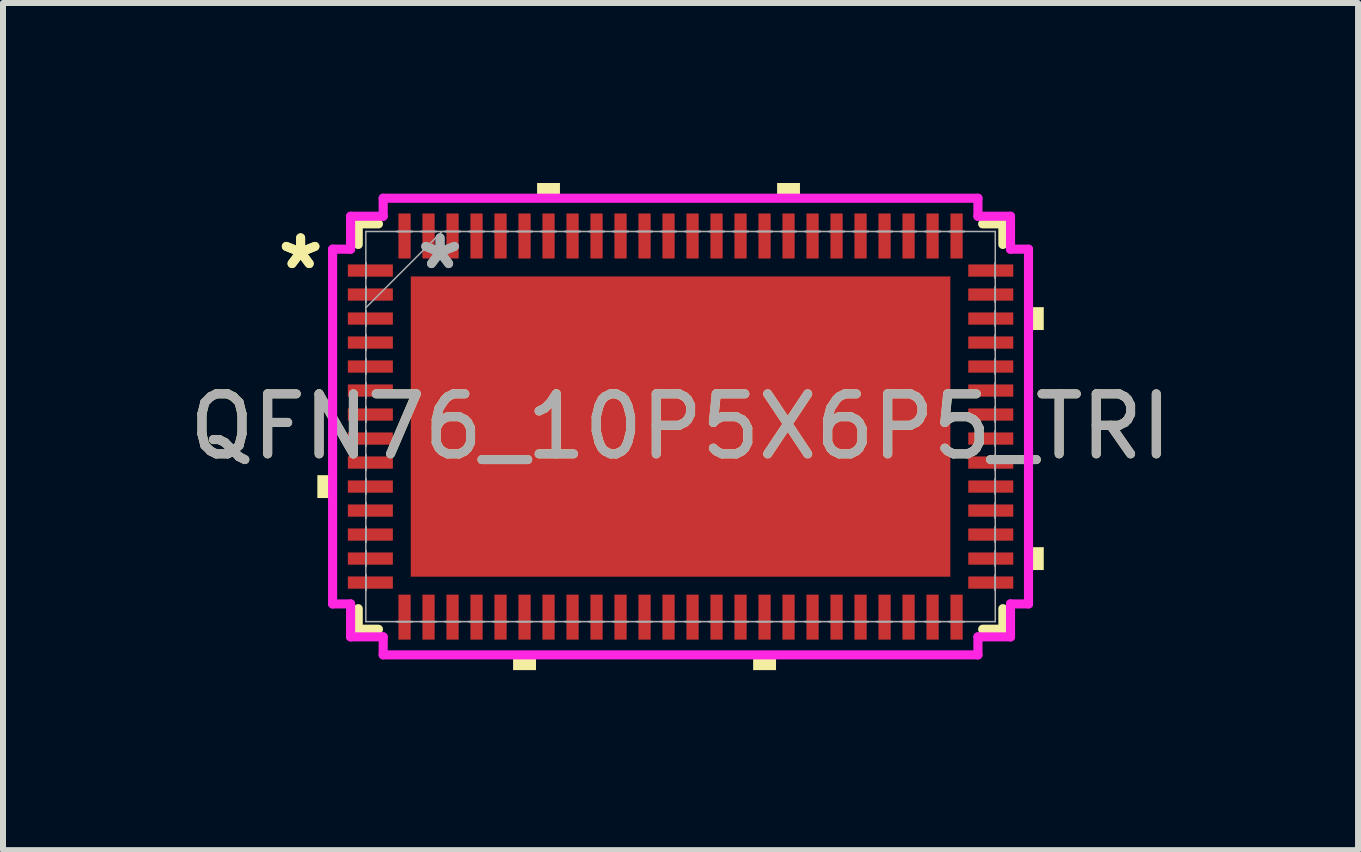
<source format=kicad_pcb>
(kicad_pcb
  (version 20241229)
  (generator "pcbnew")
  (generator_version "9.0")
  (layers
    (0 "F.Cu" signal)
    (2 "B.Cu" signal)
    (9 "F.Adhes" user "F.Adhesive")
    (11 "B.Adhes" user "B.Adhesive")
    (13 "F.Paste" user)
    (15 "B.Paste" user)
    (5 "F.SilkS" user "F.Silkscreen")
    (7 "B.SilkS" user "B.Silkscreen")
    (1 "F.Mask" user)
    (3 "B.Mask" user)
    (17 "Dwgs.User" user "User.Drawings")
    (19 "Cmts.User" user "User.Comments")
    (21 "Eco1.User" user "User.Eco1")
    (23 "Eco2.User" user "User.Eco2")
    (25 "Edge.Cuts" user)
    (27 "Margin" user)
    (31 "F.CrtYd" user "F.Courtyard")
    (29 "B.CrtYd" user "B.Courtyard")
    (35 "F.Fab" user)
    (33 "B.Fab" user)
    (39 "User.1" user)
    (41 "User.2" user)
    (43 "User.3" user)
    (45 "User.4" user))
  (footprint "QFN76_10P5X6P5_TRI"
    (layer "F.Cu")
    (at 8.292 4.059)
    (property "Reference" "QFN76_10P5X6P5_TRI" (at 0 0 0) (unlocked yes) (layer "F.SilkS") (effects (font (size 1 1) (thickness 0.15))))
    (attr smd)
    (fp_line (start -5.372 -3.378) (end -5.372 -3.035) (stroke (width 0.152) (type solid)) (layer "F.SilkS"))
    (fp_line (start -5.372 3.035) (end -5.372 3.378) (stroke (width 0.152) (type solid)) (layer "F.SilkS"))
    (fp_line (start -5.372 3.378) (end -5.035 3.378) (stroke (width 0.152) (type solid)) (layer "F.SilkS"))
    (fp_line (start -5.035 -3.378) (end -5.372 -3.378) (stroke (width 0.152) (type solid)) (layer "F.SilkS"))
    (fp_line (start 5.035 3.378) (end 5.372 3.378) (stroke (width 0.152) (type solid)) (layer "F.SilkS"))
    (fp_line (start 5.372 -3.378) (end 5.035 -3.378) (stroke (width 0.152) (type solid)) (layer "F.SilkS"))
    (fp_line (start 5.372 -3.035) (end 5.372 -3.378) (stroke (width 0.152) (type solid)) (layer "F.SilkS"))
    (fp_line (start 5.372 3.378) (end 5.372 3.035) (stroke (width 0.152) (type solid)) (layer "F.SilkS"))
    (fp_poly (pts (xy -6.053 0.81) (xy -6.053 1.191) (xy -5.799 1.191) (xy -5.799 0.81)) (stroke (width 0) (type solid)) (fill yes) (layer "F.SilkS"))
    (fp_poly (pts (xy -2.791 3.805) (xy -2.791 4.059) (xy -2.409 4.059) (xy -2.409 3.805)) (stroke (width 0) (type solid)) (fill yes) (layer "F.SilkS"))
    (fp_poly (pts (xy -2.391 -3.805) (xy -2.391 -4.059) (xy -2.01 -4.059) (xy -2.01 -3.805)) (stroke (width 0) (type solid)) (fill yes) (layer "F.SilkS"))
    (fp_poly (pts (xy 1.21 3.805) (xy 1.21 4.059) (xy 1.591 4.059) (xy 1.591 3.805)) (stroke (width 0) (type solid)) (fill yes) (layer "F.SilkS"))
    (fp_poly (pts (xy 1.609 -3.805) (xy 1.609 -4.059) (xy 1.99 -4.059) (xy 1.99 -3.805)) (stroke (width 0) (type solid)) (fill yes) (layer "F.SilkS"))
    (fp_poly (pts (xy 6.053 -1.99) (xy 6.053 -1.609) (xy 5.799 -1.609) (xy 5.799 -1.99)) (stroke (width 0) (type solid)) (fill yes) (layer "F.SilkS"))
    (fp_poly (pts (xy 6.053 2.01) (xy 6.053 2.391) (xy 5.799 2.391) (xy 5.799 2.01)) (stroke (width 0) (type solid)) (fill yes) (layer "F.SilkS"))
    (fp_line (start -5.799 -2.956) (end -5.499 -2.956) (stroke (width 0.152) (type solid)) (layer "F.CrtYd"))
    (fp_line (start -5.799 2.956) (end -5.799 -2.956) (stroke (width 0.152) (type solid)) (layer "F.CrtYd"))
    (fp_line (start -5.499 -3.505) (end -4.956 -3.505) (stroke (width 0.152) (type solid)) (layer "F.CrtYd"))
    (fp_line (start -5.499 -2.956) (end -5.499 -3.505) (stroke (width 0.152) (type solid)) (layer "F.CrtYd"))
    (fp_line (start -5.499 2.956) (end -5.799 2.956) (stroke (width 0.152) (type solid)) (layer "F.CrtYd"))
    (fp_line (start -5.499 3.505) (end -5.499 2.956) (stroke (width 0.152) (type solid)) (layer "F.CrtYd"))
    (fp_line (start -4.956 -3.805) (end 4.956 -3.805) (stroke (width 0.152) (type solid)) (layer "F.CrtYd"))
    (fp_line (start -4.956 -3.505) (end -4.956 -3.805) (stroke (width 0.152) (type solid)) (layer "F.CrtYd"))
    (fp_line (start -4.956 3.505) (end -5.499 3.505) (stroke (width 0.152) (type solid)) (layer "F.CrtYd"))
    (fp_line (start -4.956 3.805) (end -4.956 3.505) (stroke (width 0.152) (type solid)) (layer "F.CrtYd"))
    (fp_line (start 4.956 -3.805) (end 4.956 -3.505) (stroke (width 0.152) (type solid)) (layer "F.CrtYd"))
    (fp_line (start 4.956 -3.505) (end 5.499 -3.505) (stroke (width 0.152) (type solid)) (layer "F.CrtYd"))
    (fp_line (start 4.956 3.505) (end 4.956 3.805) (stroke (width 0.152) (type solid)) (layer "F.CrtYd"))
    (fp_line (start 4.956 3.805) (end -4.956 3.805) (stroke (width 0.152) (type solid)) (layer "F.CrtYd"))
    (fp_line (start 5.499 -3.505) (end 5.499 -2.956) (stroke (width 0.152) (type solid)) (layer "F.CrtYd"))
    (fp_line (start 5.499 -2.956) (end 5.799 -2.956) (stroke (width 0.152) (type solid)) (layer "F.CrtYd"))
    (fp_line (start 5.499 2.956) (end 5.499 3.505) (stroke (width 0.152) (type solid)) (layer "F.CrtYd"))
    (fp_line (start 5.499 3.505) (end 4.956 3.505) (stroke (width 0.152) (type solid)) (layer "F.CrtYd"))
    (fp_line (start 5.799 -2.956) (end 5.799 2.956) (stroke (width 0.152) (type solid)) (layer "F.CrtYd"))
    (fp_line (start 5.799 2.956) (end 5.499 2.956) (stroke (width 0.152) (type solid)) (layer "F.CrtYd"))
    (fp_line (start -5.245 -3.251) (end -5.245 3.251) (stroke (width 0.025) (type solid)) (layer "F.Fab"))
    (fp_line (start -5.245 -2.727) (end -5.245 -2.727) (stroke (width 0.025) (type solid)) (layer "F.Fab"))
    (fp_line (start -5.245 -2.727) (end -5.245 -2.473) (stroke (width 0.025) (type solid)) (layer "F.Fab"))
    (fp_line (start -5.245 -2.473) (end -5.245 -2.727) (stroke (width 0.025) (type solid)) (layer "F.Fab"))
    (fp_line (start -5.245 -2.473) (end -5.245 -2.473) (stroke (width 0.025) (type solid)) (layer "F.Fab"))
    (fp_line (start -5.245 -2.327) (end -5.245 -2.327) (stroke (width 0.025) (type solid)) (layer "F.Fab"))
    (fp_line (start -5.245 -2.327) (end -5.245 -2.073) (stroke (width 0.025) (type solid)) (layer "F.Fab"))
    (fp_line (start -5.245 -2.073) (end -5.245 -2.327) (stroke (width 0.025) (type solid)) (layer "F.Fab"))
    (fp_line (start -5.245 -2.073) (end -5.245 -2.073) (stroke (width 0.025) (type solid)) (layer "F.Fab"))
    (fp_line (start -5.245 -1.981) (end -3.975 -3.251) (stroke (width 0.025) (type solid)) (layer "F.Fab"))
    (fp_line (start -5.245 -1.927) (end -5.245 -1.927) (stroke (width 0.025) (type solid)) (layer "F.Fab"))
    (fp_line (start -5.245 -1.927) (end -5.245 -1.673) (stroke (width 0.025) (type solid)) (layer "F.Fab"))
    (fp_line (start -5.245 -1.673) (end -5.245 -1.927) (stroke (width 0.025) (type solid)) (layer "F.Fab"))
    (fp_line (start -5.245 -1.673) (end -5.245 -1.673) (stroke (width 0.025) (type solid)) (layer "F.Fab"))
    (fp_line (start -5.245 -1.527) (end -5.245 -1.527) (stroke (width 0.025) (type solid)) (layer "F.Fab"))
    (fp_line (start -5.245 -1.527) (end -5.245 -1.273) (stroke (width 0.025) (type solid)) (layer "F.Fab"))
    (fp_line (start -5.245 -1.273) (end -5.245 -1.527) (stroke (width 0.025) (type solid)) (layer "F.Fab"))
    (fp_line (start -5.245 -1.273) (end -5.245 -1.273) (stroke (width 0.025) (type solid)) (layer "F.Fab"))
    (fp_line (start -5.245 -1.127) (end -5.245 -1.127) (stroke (width 0.025) (type solid)) (layer "F.Fab"))
    (fp_line (start -5.245 -1.127) (end -5.245 -0.873) (stroke (width 0.025) (type solid)) (layer "F.Fab"))
    (fp_line (start -5.245 -0.873) (end -5.245 -1.127) (stroke (width 0.025) (type solid)) (layer "F.Fab"))
    (fp_line (start -5.245 -0.873) (end -5.245 -0.873) (stroke (width 0.025) (type solid)) (layer "F.Fab"))
    (fp_line (start -5.245 -0.727) (end -5.245 -0.727) (stroke (width 0.025) (type solid)) (layer "F.Fab"))
    (fp_line (start -5.245 -0.727) (end -5.245 -0.473) (stroke (width 0.025) (type solid)) (layer "F.Fab"))
    (fp_line (start -5.245 -0.473) (end -5.245 -0.727) (stroke (width 0.025) (type solid)) (layer "F.Fab"))
    (fp_line (start -5.245 -0.473) (end -5.245 -0.473) (stroke (width 0.025) (type solid)) (layer "F.Fab"))
    (fp_line (start -5.245 -0.327) (end -5.245 -0.327) (stroke (width 0.025) (type solid)) (layer "F.Fab"))
    (fp_line (start -5.245 -0.327) (end -5.245 -0.073) (stroke (width 0.025) (type solid)) (layer "F.Fab"))
    (fp_line (start -5.245 -0.073) (end -5.245 -0.327) (stroke (width 0.025) (type solid)) (layer "F.Fab"))
    (fp_line (start -5.245 -0.073) (end -5.245 -0.073) (stroke (width 0.025) (type solid)) (layer "F.Fab"))
    (fp_line (start -5.245 0.073) (end -5.245 0.073) (stroke (width 0.025) (type solid)) (layer "F.Fab"))
    (fp_line (start -5.245 0.073) (end -5.245 0.327) (stroke (width 0.025) (type solid)) (layer "F.Fab"))
    (fp_line (start -5.245 0.327) (end -5.245 0.073) (stroke (width 0.025) (type solid)) (layer "F.Fab"))
    (fp_line (start -5.245 0.327) (end -5.245 0.327) (stroke (width 0.025) (type solid)) (layer "F.Fab"))
    (fp_line (start -5.245 0.473) (end -5.245 0.473) (stroke (width 0.025) (type solid)) (layer "F.Fab"))
    (fp_line (start -5.245 0.473) (end -5.245 0.727) (stroke (width 0.025) (type solid)) (layer "F.Fab"))
    (fp_line (start -5.245 0.727) (end -5.245 0.473) (stroke (width 0.025) (type solid)) (layer "F.Fab"))
    (fp_line (start -5.245 0.727) (end -5.245 0.727) (stroke (width 0.025) (type solid)) (layer "F.Fab"))
    (fp_line (start -5.245 0.873) (end -5.245 0.873) (stroke (width 0.025) (type solid)) (layer "F.Fab"))
    (fp_line (start -5.245 0.873) (end -5.245 1.127) (stroke (width 0.025) (type solid)) (layer "F.Fab"))
    (fp_line (start -5.245 1.127) (end -5.245 0.873) (stroke (width 0.025) (type solid)) (layer "F.Fab"))
    (fp_line (start -5.245 1.127) (end -5.245 1.127) (stroke (width 0.025) (type solid)) (layer "F.Fab"))
    (fp_line (start -5.245 1.273) (end -5.245 1.273) (stroke (width 0.025) (type solid)) (layer "F.Fab"))
    (fp_line (start -5.245 1.273) (end -5.245 1.527) (stroke (width 0.025) (type solid)) (layer "F.Fab"))
    (fp_line (start -5.245 1.527) (end -5.245 1.273) (stroke (width 0.025) (type solid)) (layer "F.Fab"))
    (fp_line (start -5.245 1.527) (end -5.245 1.527) (stroke (width 0.025) (type solid)) (layer "F.Fab"))
    (fp_line (start -5.245 1.673) (end -5.245 1.673) (stroke (width 0.025) (type solid)) (layer "F.Fab"))
    (fp_line (start -5.245 1.673) (end -5.245 1.927) (stroke (width 0.025) (type solid)) (layer "F.Fab"))
    (fp_line (start -5.245 1.927) (end -5.245 1.673) (stroke (width 0.025) (type solid)) (layer "F.Fab"))
    (fp_line (start -5.245 1.927) (end -5.245 1.927) (stroke (width 0.025) (type solid)) (layer "F.Fab"))
    (fp_line (start -5.245 2.073) (end -5.245 2.073) (stroke (width 0.025) (type solid)) (layer "F.Fab"))
    (fp_line (start -5.245 2.073) (end -5.245 2.327) (stroke (width 0.025) (type solid)) (layer "F.Fab"))
    (fp_line (start -5.245 2.327) (end -5.245 2.073) (stroke (width 0.025) (type solid)) (layer "F.Fab"))
    (fp_line (start -5.245 2.327) (end -5.245 2.327) (stroke (width 0.025) (type solid)) (layer "F.Fab"))
    (fp_line (start -5.245 2.473) (end -5.245 2.473) (stroke (width 0.025) (type solid)) (layer "F.Fab"))
    (fp_line (start -5.245 2.473) (end -5.245 2.727) (stroke (width 0.025) (type solid)) (layer "F.Fab"))
    (fp_line (start -5.245 2.727) (end -5.245 2.473) (stroke (width 0.025) (type solid)) (layer "F.Fab"))
    (fp_line (start -5.245 2.727) (end -5.245 2.727) (stroke (width 0.025) (type solid)) (layer "F.Fab"))
    (fp_line (start -5.245 3.251) (end 5.245 3.251) (stroke (width 0.025) (type solid)) (layer "F.Fab"))
    (fp_line (start -4.727 -3.251) (end -4.727 -3.251) (stroke (width 0.025) (type solid)) (layer "F.Fab"))
    (fp_line (start -4.727 -3.251) (end -4.473 -3.251) (stroke (width 0.025) (type solid)) (layer "F.Fab"))
    (fp_line (start -4.727 3.251) (end -4.727 3.251) (stroke (width 0.025) (type solid)) (layer "F.Fab"))
    (fp_line (start -4.727 3.251) (end -4.473 3.251) (stroke (width 0.025) (type solid)) (layer "F.Fab"))
    (fp_line (start -4.473 -3.251) (end -4.727 -3.251) (stroke (width 0.025) (type solid)) (layer "F.Fab"))
    (fp_line (start -4.473 -3.251) (end -4.473 -3.251) (stroke (width 0.025) (type solid)) (layer "F.Fab"))
    (fp_line (start -4.473 3.251) (end -4.727 3.251) (stroke (width 0.025) (type solid)) (layer "F.Fab"))
    (fp_line (start -4.473 3.251) (end -4.473 3.251) (stroke (width 0.025) (type solid)) (layer "F.Fab"))
    (fp_line (start -4.327 -3.251) (end -4.327 -3.251) (stroke (width 0.025) (type solid)) (layer "F.Fab"))
    (fp_line (start -4.327 -3.251) (end -4.073 -3.251) (stroke (width 0.025) (type solid)) (layer "F.Fab"))
    (fp_line (start -4.327 3.251) (end -4.327 3.251) (stroke (width 0.025) (type solid)) (layer "F.Fab"))
    (fp_line (start -4.327 3.251) (end -4.073 3.251) (stroke (width 0.025) (type solid)) (layer "F.Fab"))
    (fp_line (start -4.073 -3.251) (end -4.327 -3.251) (stroke (width 0.025) (type solid)) (layer "F.Fab"))
    (fp_line (start -4.073 -3.251) (end -4.073 -3.251) (stroke (width 0.025) (type solid)) (layer "F.Fab"))
    (fp_line (start -4.073 3.251) (end -4.327 3.251) (stroke (width 0.025) (type solid)) (layer "F.Fab"))
    (fp_line (start -4.073 3.251) (end -4.073 3.251) (stroke (width 0.025) (type solid)) (layer "F.Fab"))
    (fp_line (start -3.927 -3.251) (end -3.927 -3.251) (stroke (width 0.025) (type solid)) (layer "F.Fab"))
    (fp_line (start -3.927 -3.251) (end -3.673 -3.251) (stroke (width 0.025) (type solid)) (layer "F.Fab"))
    (fp_line (start -3.927 3.251) (end -3.927 3.251) (stroke (width 0.025) (type solid)) (layer "F.Fab"))
    (fp_line (start -3.927 3.251) (end -3.673 3.251) (stroke (width 0.025) (type solid)) (layer "F.Fab"))
    (fp_line (start -3.673 -3.251) (end -3.927 -3.251) (stroke (width 0.025) (type solid)) (layer "F.Fab"))
    (fp_line (start -3.673 -3.251) (end -3.673 -3.251) (stroke (width 0.025) (type solid)) (layer "F.Fab"))
    (fp_line (start -3.673 3.251) (end -3.927 3.251) (stroke (width 0.025) (type solid)) (layer "F.Fab"))
    (fp_line (start -3.673 3.251) (end -3.673 3.251) (stroke (width 0.025) (type solid)) (layer "F.Fab"))
    (fp_line (start -3.527 -3.251) (end -3.527 -3.251) (stroke (width 0.025) (type solid)) (layer "F.Fab"))
    (fp_line (start -3.527 -3.251) (end -3.273 -3.251) (stroke (width 0.025) (type solid)) (layer "F.Fab"))
    (fp_line (start -3.527 3.251) (end -3.527 3.251) (stroke (width 0.025) (type solid)) (layer "F.Fab"))
    (fp_line (start -3.527 3.251) (end -3.273 3.251) (stroke (width 0.025) (type solid)) (layer "F.Fab"))
    (fp_line (start -3.273 -3.251) (end -3.527 -3.251) (stroke (width 0.025) (type solid)) (layer "F.Fab"))
    (fp_line (start -3.273 -3.251) (end -3.273 -3.251) (stroke (width 0.025) (type solid)) (layer "F.Fab"))
    (fp_line (start -3.273 3.251) (end -3.527 3.251) (stroke (width 0.025) (type solid)) (layer "F.Fab"))
    (fp_line (start -3.273 3.251) (end -3.273 3.251) (stroke (width 0.025) (type solid)) (layer "F.Fab"))
    (fp_line (start -3.127 -3.251) (end -3.127 -3.251) (stroke (width 0.025) (type solid)) (layer "F.Fab"))
    (fp_line (start -3.127 -3.251) (end -2.873 -3.251) (stroke (width 0.025) (type solid)) (layer "F.Fab"))
    (fp_line (start -3.127 3.251) (end -3.127 3.251) (stroke (width 0.025) (type solid)) (layer "F.Fab"))
    (fp_line (start -3.127 3.251) (end -2.873 3.251) (stroke (width 0.025) (type solid)) (layer "F.Fab"))
    (fp_line (start -2.873 -3.251) (end -3.127 -3.251) (stroke (width 0.025) (type solid)) (layer "F.Fab"))
    (fp_line (start -2.873 -3.251) (end -2.873 -3.251) (stroke (width 0.025) (type solid)) (layer "F.Fab"))
    (fp_line (start -2.873 3.251) (end -3.127 3.251) (stroke (width 0.025) (type solid)) (layer "F.Fab"))
    (fp_line (start -2.873 3.251) (end -2.873 3.251) (stroke (width 0.025) (type solid)) (layer "F.Fab"))
    (fp_line (start -2.727 -3.251) (end -2.727 -3.251) (stroke (width 0.025) (type solid)) (layer "F.Fab"))
    (fp_line (start -2.727 -3.251) (end -2.473 -3.251) (stroke (width 0.025) (type solid)) (layer "F.Fab"))
    (fp_line (start -2.727 3.251) (end -2.727 3.251) (stroke (width 0.025) (type solid)) (layer "F.Fab"))
    (fp_line (start -2.727 3.251) (end -2.473 3.251) (stroke (width 0.025) (type solid)) (layer "F.Fab"))
    (fp_line (start -2.473 -3.251) (end -2.727 -3.251) (stroke (width 0.025) (type solid)) (layer "F.Fab"))
    (fp_line (start -2.473 -3.251) (end -2.473 -3.251) (stroke (width 0.025) (type solid)) (layer "F.Fab"))
    (fp_line (start -2.473 3.251) (end -2.727 3.251) (stroke (width 0.025) (type solid)) (layer "F.Fab"))
    (fp_line (start -2.473 3.251) (end -2.473 3.251) (stroke (width 0.025) (type solid)) (layer "F.Fab"))
    (fp_line (start -2.327 -3.251) (end -2.327 -3.251) (stroke (width 0.025) (type solid)) (layer "F.Fab"))
    (fp_line (start -2.327 -3.251) (end -2.073 -3.251) (stroke (width 0.025) (type solid)) (layer "F.Fab"))
    (fp_line (start -2.327 3.251) (end -2.327 3.251) (stroke (width 0.025) (type solid)) (layer "F.Fab"))
    (fp_line (start -2.327 3.251) (end -2.073 3.251) (stroke (width 0.025) (type solid)) (layer "F.Fab"))
    (fp_line (start -2.073 -3.251) (end -2.327 -3.251) (stroke (width 0.025) (type solid)) (layer "F.Fab"))
    (fp_line (start -2.073 -3.251) (end -2.073 -3.251) (stroke (width 0.025) (type solid)) (layer "F.Fab"))
    (fp_line (start -2.073 3.251) (end -2.327 3.251) (stroke (width 0.025) (type solid)) (layer "F.Fab"))
    (fp_line (start -2.073 3.251) (end -2.073 3.251) (stroke (width 0.025) (type solid)) (layer "F.Fab"))
    (fp_line (start -1.927 -3.251) (end -1.927 -3.251) (stroke (width 0.025) (type solid)) (layer "F.Fab"))
    (fp_line (start -1.927 -3.251) (end -1.673 -3.251) (stroke (width 0.025) (type solid)) (layer "F.Fab"))
    (fp_line (start -1.927 3.251) (end -1.927 3.251) (stroke (width 0.025) (type solid)) (layer "F.Fab"))
    (fp_line (start -1.927 3.251) (end -1.673 3.251) (stroke (width 0.025) (type solid)) (layer "F.Fab"))
    (fp_line (start -1.673 -3.251) (end -1.927 -3.251) (stroke (width 0.025) (type solid)) (layer "F.Fab"))
    (fp_line (start -1.673 -3.251) (end -1.673 -3.251) (stroke (width 0.025) (type solid)) (layer "F.Fab"))
    (fp_line (start -1.673 3.251) (end -1.927 3.251) (stroke (width 0.025) (type solid)) (layer "F.Fab"))
    (fp_line (start -1.673 3.251) (end -1.673 3.251) (stroke (width 0.025) (type solid)) (layer "F.Fab"))
    (fp_line (start -1.527 -3.251) (end -1.527 -3.251) (stroke (width 0.025) (type solid)) (layer "F.Fab"))
    (fp_line (start -1.527 -3.251) (end -1.273 -3.251) (stroke (width 0.025) (type solid)) (layer "F.Fab"))
    (fp_line (start -1.527 3.251) (end -1.527 3.251) (stroke (width 0.025) (type solid)) (layer "F.Fab"))
    (fp_line (start -1.527 3.251) (end -1.273 3.251) (stroke (width 0.025) (type solid)) (layer "F.Fab"))
    (fp_line (start -1.273 -3.251) (end -1.527 -3.251) (stroke (width 0.025) (type solid)) (layer "F.Fab"))
    (fp_line (start -1.273 -3.251) (end -1.273 -3.251) (stroke (width 0.025) (type solid)) (layer "F.Fab"))
    (fp_line (start -1.273 3.251) (end -1.527 3.251) (stroke (width 0.025) (type solid)) (layer "F.Fab"))
    (fp_line (start -1.273 3.251) (end -1.273 3.251) (stroke (width 0.025) (type solid)) (layer "F.Fab"))
    (fp_line (start -1.127 -3.251) (end -1.127 -3.251) (stroke (width 0.025) (type solid)) (layer "F.Fab"))
    (fp_line (start -1.127 -3.251) (end -0.873 -3.251) (stroke (width 0.025) (type solid)) (layer "F.Fab"))
    (fp_line (start -1.127 3.251) (end -1.127 3.251) (stroke (width 0.025) (type solid)) (layer "F.Fab"))
    (fp_line (start -1.127 3.251) (end -0.873 3.251) (stroke (width 0.025) (type solid)) (layer "F.Fab"))
    (fp_line (start -0.873 -3.251) (end -1.127 -3.251) (stroke (width 0.025) (type solid)) (layer "F.Fab"))
    (fp_line (start -0.873 -3.251) (end -0.873 -3.251) (stroke (width 0.025) (type solid)) (layer "F.Fab"))
    (fp_line (start -0.873 3.251) (end -1.127 3.251) (stroke (width 0.025) (type solid)) (layer "F.Fab"))
    (fp_line (start -0.873 3.251) (end -0.873 3.251) (stroke (width 0.025) (type solid)) (layer "F.Fab"))
    (fp_line (start -0.727 -3.251) (end -0.727 -3.251) (stroke (width 0.025) (type solid)) (layer "F.Fab"))
    (fp_line (start -0.727 -3.251) (end -0.473 -3.251) (stroke (width 0.025) (type solid)) (layer "F.Fab"))
    (fp_line (start -0.727 3.251) (end -0.727 3.251) (stroke (width 0.025) (type solid)) (layer "F.Fab"))
    (fp_line (start -0.727 3.251) (end -0.473 3.251) (stroke (width 0.025) (type solid)) (layer "F.Fab"))
    (fp_line (start -0.473 -3.251) (end -0.727 -3.251) (stroke (width 0.025) (type solid)) (layer "F.Fab"))
    (fp_line (start -0.473 -3.251) (end -0.473 -3.251) (stroke (width 0.025) (type solid)) (layer "F.Fab"))
    (fp_line (start -0.473 3.251) (end -0.727 3.251) (stroke (width 0.025) (type solid)) (layer "F.Fab"))
    (fp_line (start -0.473 3.251) (end -0.473 3.251) (stroke (width 0.025) (type solid)) (layer "F.Fab"))
    (fp_line (start -0.327 -3.251) (end -0.327 -3.251) (stroke (width 0.025) (type solid)) (layer "F.Fab"))
    (fp_line (start -0.327 -3.251) (end -0.073 -3.251) (stroke (width 0.025) (type solid)) (layer "F.Fab"))
    (fp_line (start -0.327 3.251) (end -0.327 3.251) (stroke (width 0.025) (type solid)) (layer "F.Fab"))
    (fp_line (start -0.327 3.251) (end -0.073 3.251) (stroke (width 0.025) (type solid)) (layer "F.Fab"))
    (fp_line (start -0.073 -3.251) (end -0.327 -3.251) (stroke (width 0.025) (type solid)) (layer "F.Fab"))
    (fp_line (start -0.073 -3.251) (end -0.073 -3.251) (stroke (width 0.025) (type solid)) (layer "F.Fab"))
    (fp_line (start -0.073 3.251) (end -0.327 3.251) (stroke (width 0.025) (type solid)) (layer "F.Fab"))
    (fp_line (start -0.073 3.251) (end -0.073 3.251) (stroke (width 0.025) (type solid)) (layer "F.Fab"))
    (fp_line (start 0.073 -3.251) (end 0.073 -3.251) (stroke (width 0.025) (type solid)) (layer "F.Fab"))
    (fp_line (start 0.073 -3.251) (end 0.327 -3.251) (stroke (width 0.025) (type solid)) (layer "F.Fab"))
    (fp_line (start 0.073 3.251) (end 0.073 3.251) (stroke (width 0.025) (type solid)) (layer "F.Fab"))
    (fp_line (start 0.073 3.251) (end 0.327 3.251) (stroke (width 0.025) (type solid)) (layer "F.Fab"))
    (fp_line (start 0.327 -3.251) (end 0.073 -3.251) (stroke (width 0.025) (type solid)) (layer "F.Fab"))
    (fp_line (start 0.327 -3.251) (end 0.327 -3.251) (stroke (width 0.025) (type solid)) (layer "F.Fab"))
    (fp_line (start 0.327 3.251) (end 0.073 3.251) (stroke (width 0.025) (type solid)) (layer "F.Fab"))
    (fp_line (start 0.327 3.251) (end 0.327 3.251) (stroke (width 0.025) (type solid)) (layer "F.Fab"))
    (fp_line (start 0.473 -3.251) (end 0.473 -3.251) (stroke (width 0.025) (type solid)) (layer "F.Fab"))
    (fp_line (start 0.473 -3.251) (end 0.727 -3.251) (stroke (width 0.025) (type solid)) (layer "F.Fab"))
    (fp_line (start 0.473 3.251) (end 0.473 3.251) (stroke (width 0.025) (type solid)) (layer "F.Fab"))
    (fp_line (start 0.473 3.251) (end 0.727 3.251) (stroke (width 0.025) (type solid)) (layer "F.Fab"))
    (fp_line (start 0.727 -3.251) (end 0.473 -3.251) (stroke (width 0.025) (type solid)) (layer "F.Fab"))
    (fp_line (start 0.727 -3.251) (end 0.727 -3.251) (stroke (width 0.025) (type solid)) (layer "F.Fab"))
    (fp_line (start 0.727 3.251) (end 0.473 3.251) (stroke (width 0.025) (type solid)) (layer "F.Fab"))
    (fp_line (start 0.727 3.251) (end 0.727 3.251) (stroke (width 0.025) (type solid)) (layer "F.Fab"))
    (fp_line (start 0.873 -3.251) (end 0.873 -3.251) (stroke (width 0.025) (type solid)) (layer "F.Fab"))
    (fp_line (start 0.873 -3.251) (end 1.127 -3.251) (stroke (width 0.025) (type solid)) (layer "F.Fab"))
    (fp_line (start 0.873 3.251) (end 0.873 3.251) (stroke (width 0.025) (type solid)) (layer "F.Fab"))
    (fp_line (start 0.873 3.251) (end 1.127 3.251) (stroke (width 0.025) (type solid)) (layer "F.Fab"))
    (fp_line (start 1.127 -3.251) (end 0.873 -3.251) (stroke (width 0.025) (type solid)) (layer "F.Fab"))
    (fp_line (start 1.127 -3.251) (end 1.127 -3.251) (stroke (width 0.025) (type solid)) (layer "F.Fab"))
    (fp_line (start 1.127 3.251) (end 0.873 3.251) (stroke (width 0.025) (type solid)) (layer "F.Fab"))
    (fp_line (start 1.127 3.251) (end 1.127 3.251) (stroke (width 0.025) (type solid)) (layer "F.Fab"))
    (fp_line (start 1.273 -3.251) (end 1.273 -3.251) (stroke (width 0.025) (type solid)) (layer "F.Fab"))
    (fp_line (start 1.273 -3.251) (end 1.527 -3.251) (stroke (width 0.025) (type solid)) (layer "F.Fab"))
    (fp_line (start 1.273 3.251) (end 1.273 3.251) (stroke (width 0.025) (type solid)) (layer "F.Fab"))
    (fp_line (start 1.273 3.251) (end 1.527 3.251) (stroke (width 0.025) (type solid)) (layer "F.Fab"))
    (fp_line (start 1.527 -3.251) (end 1.273 -3.251) (stroke (width 0.025) (type solid)) (layer "F.Fab"))
    (fp_line (start 1.527 -3.251) (end 1.527 -3.251) (stroke (width 0.025) (type solid)) (layer "F.Fab"))
    (fp_line (start 1.527 3.251) (end 1.273 3.251) (stroke (width 0.025) (type solid)) (layer "F.Fab"))
    (fp_line (start 1.527 3.251) (end 1.527 3.251) (stroke (width 0.025) (type solid)) (layer "F.Fab"))
    (fp_line (start 1.673 -3.251) (end 1.673 -3.251) (stroke (width 0.025) (type solid)) (layer "F.Fab"))
    (fp_line (start 1.673 -3.251) (end 1.927 -3.251) (stroke (width 0.025) (type solid)) (layer "F.Fab"))
    (fp_line (start 1.673 3.251) (end 1.673 3.251) (stroke (width 0.025) (type solid)) (layer "F.Fab"))
    (fp_line (start 1.673 3.251) (end 1.927 3.251) (stroke (width 0.025) (type solid)) (layer "F.Fab"))
    (fp_line (start 1.927 -3.251) (end 1.673 -3.251) (stroke (width 0.025) (type solid)) (layer "F.Fab"))
    (fp_line (start 1.927 -3.251) (end 1.927 -3.251) (stroke (width 0.025) (type solid)) (layer "F.Fab"))
    (fp_line (start 1.927 3.251) (end 1.673 3.251) (stroke (width 0.025) (type solid)) (layer "F.Fab"))
    (fp_line (start 1.927 3.251) (end 1.927 3.251) (stroke (width 0.025) (type solid)) (layer "F.Fab"))
    (fp_line (start 2.073 -3.251) (end 2.073 -3.251) (stroke (width 0.025) (type solid)) (layer "F.Fab"))
    (fp_line (start 2.073 -3.251) (end 2.327 -3.251) (stroke (width 0.025) (type solid)) (layer "F.Fab"))
    (fp_line (start 2.073 3.251) (end 2.073 3.251) (stroke (width 0.025) (type solid)) (layer "F.Fab"))
    (fp_line (start 2.073 3.251) (end 2.327 3.251) (stroke (width 0.025) (type solid)) (layer "F.Fab"))
    (fp_line (start 2.327 -3.251) (end 2.073 -3.251) (stroke (width 0.025) (type solid)) (layer "F.Fab"))
    (fp_line (start 2.327 -3.251) (end 2.327 -3.251) (stroke (width 0.025) (type solid)) (layer "F.Fab"))
    (fp_line (start 2.327 3.251) (end 2.073 3.251) (stroke (width 0.025) (type solid)) (layer "F.Fab"))
    (fp_line (start 2.327 3.251) (end 2.327 3.251) (stroke (width 0.025) (type solid)) (layer "F.Fab"))
    (fp_line (start 2.473 -3.251) (end 2.473 -3.251) (stroke (width 0.025) (type solid)) (layer "F.Fab"))
    (fp_line (start 2.473 -3.251) (end 2.727 -3.251) (stroke (width 0.025) (type solid)) (layer "F.Fab"))
    (fp_line (start 2.473 3.251) (end 2.473 3.251) (stroke (width 0.025) (type solid)) (layer "F.Fab"))
    (fp_line (start 2.473 3.251) (end 2.727 3.251) (stroke (width 0.025) (type solid)) (layer "F.Fab"))
    (fp_line (start 2.727 -3.251) (end 2.473 -3.251) (stroke (width 0.025) (type solid)) (layer "F.Fab"))
    (fp_line (start 2.727 -3.251) (end 2.727 -3.251) (stroke (width 0.025) (type solid)) (layer "F.Fab"))
    (fp_line (start 2.727 3.251) (end 2.473 3.251) (stroke (width 0.025) (type solid)) (layer "F.Fab"))
    (fp_line (start 2.727 3.251) (end 2.727 3.251) (stroke (width 0.025) (type solid)) (layer "F.Fab"))
    (fp_line (start 2.873 -3.251) (end 2.873 -3.251) (stroke (width 0.025) (type solid)) (layer "F.Fab"))
    (fp_line (start 2.873 -3.251) (end 3.127 -3.251) (stroke (width 0.025) (type solid)) (layer "F.Fab"))
    (fp_line (start 2.873 3.251) (end 2.873 3.251) (stroke (width 0.025) (type solid)) (layer "F.Fab"))
    (fp_line (start 2.873 3.251) (end 3.127 3.251) (stroke (width 0.025) (type solid)) (layer "F.Fab"))
    (fp_line (start 3.127 -3.251) (end 2.873 -3.251) (stroke (width 0.025) (type solid)) (layer "F.Fab"))
    (fp_line (start 3.127 -3.251) (end 3.127 -3.251) (stroke (width 0.025) (type solid)) (layer "F.Fab"))
    (fp_line (start 3.127 3.251) (end 2.873 3.251) (stroke (width 0.025) (type solid)) (layer "F.Fab"))
    (fp_line (start 3.127 3.251) (end 3.127 3.251) (stroke (width 0.025) (type solid)) (layer "F.Fab"))
    (fp_line (start 3.273 -3.251) (end 3.273 -3.251) (stroke (width 0.025) (type solid)) (layer "F.Fab"))
    (fp_line (start 3.273 -3.251) (end 3.527 -3.251) (stroke (width 0.025) (type solid)) (layer "F.Fab"))
    (fp_line (start 3.273 3.251) (end 3.273 3.251) (stroke (width 0.025) (type solid)) (layer "F.Fab"))
    (fp_line (start 3.273 3.251) (end 3.527 3.251) (stroke (width 0.025) (type solid)) (layer "F.Fab"))
    (fp_line (start 3.527 -3.251) (end 3.273 -3.251) (stroke (width 0.025) (type solid)) (layer "F.Fab"))
    (fp_line (start 3.527 -3.251) (end 3.527 -3.251) (stroke (width 0.025) (type solid)) (layer "F.Fab"))
    (fp_line (start 3.527 3.251) (end 3.273 3.251) (stroke (width 0.025) (type solid)) (layer "F.Fab"))
    (fp_line (start 3.527 3.251) (end 3.527 3.251) (stroke (width 0.025) (type solid)) (layer "F.Fab"))
    (fp_line (start 3.673 -3.251) (end 3.673 -3.251) (stroke (width 0.025) (type solid)) (layer "F.Fab"))
    (fp_line (start 3.673 -3.251) (end 3.927 -3.251) (stroke (width 0.025) (type solid)) (layer "F.Fab"))
    (fp_line (start 3.673 3.251) (end 3.673 3.251) (stroke (width 0.025) (type solid)) (layer "F.Fab"))
    (fp_line (start 3.673 3.251) (end 3.927 3.251) (stroke (width 0.025) (type solid)) (layer "F.Fab"))
    (fp_line (start 3.927 -3.251) (end 3.673 -3.251) (stroke (width 0.025) (type solid)) (layer "F.Fab"))
    (fp_line (start 3.927 -3.251) (end 3.927 -3.251) (stroke (width 0.025) (type solid)) (layer "F.Fab"))
    (fp_line (start 3.927 3.251) (end 3.673 3.251) (stroke (width 0.025) (type solid)) (layer "F.Fab"))
    (fp_line (start 3.927 3.251) (end 3.927 3.251) (stroke (width 0.025) (type solid)) (layer "F.Fab"))
    (fp_line (start 4.073 -3.251) (end 4.073 -3.251) (stroke (width 0.025) (type solid)) (layer "F.Fab"))
    (fp_line (start 4.073 -3.251) (end 4.327 -3.251) (stroke (width 0.025) (type solid)) (layer "F.Fab"))
    (fp_line (start 4.073 3.251) (end 4.073 3.251) (stroke (width 0.025) (type solid)) (layer "F.Fab"))
    (fp_line (start 4.073 3.251) (end 4.327 3.251) (stroke (width 0.025) (type solid)) (layer "F.Fab"))
    (fp_line (start 4.327 -3.251) (end 4.073 -3.251) (stroke (width 0.025) (type solid)) (layer "F.Fab"))
    (fp_line (start 4.327 -3.251) (end 4.327 -3.251) (stroke (width 0.025) (type solid)) (layer "F.Fab"))
    (fp_line (start 4.327 3.251) (end 4.073 3.251) (stroke (width 0.025) (type solid)) (layer "F.Fab"))
    (fp_line (start 4.327 3.251) (end 4.327 3.251) (stroke (width 0.025) (type solid)) (layer "F.Fab"))
    (fp_line (start 4.473 -3.251) (end 4.473 -3.251) (stroke (width 0.025) (type solid)) (layer "F.Fab"))
    (fp_line (start 4.473 -3.251) (end 4.727 -3.251) (stroke (width 0.025) (type solid)) (layer "F.Fab"))
    (fp_line (start 4.473 3.251) (end 4.473 3.251) (stroke (width 0.025) (type solid)) (layer "F.Fab"))
    (fp_line (start 4.473 3.251) (end 4.727 3.251) (stroke (width 0.025) (type solid)) (layer "F.Fab"))
    (fp_line (start 4.727 -3.251) (end 4.473 -3.251) (stroke (width 0.025) (type solid)) (layer "F.Fab"))
    (fp_line (start 4.727 -3.251) (end 4.727 -3.251) (stroke (width 0.025) (type solid)) (layer "F.Fab"))
    (fp_line (start 4.727 3.251) (end 4.473 3.251) (stroke (width 0.025) (type solid)) (layer "F.Fab"))
    (fp_line (start 4.727 3.251) (end 4.727 3.251) (stroke (width 0.025) (type solid)) (layer "F.Fab"))
    (fp_line (start 5.245 -3.251) (end -5.245 -3.251) (stroke (width 0.025) (type solid)) (layer "F.Fab"))
    (fp_line (start 5.245 -2.727) (end 5.245 -2.727) (stroke (width 0.025) (type solid)) (layer "F.Fab"))
    (fp_line (start 5.245 -2.727) (end 5.245 -2.473) (stroke (width 0.025) (type solid)) (layer "F.Fab"))
    (fp_line (start 5.245 -2.473) (end 5.245 -2.727) (stroke (width 0.025) (type solid)) (layer "F.Fab"))
    (fp_line (start 5.245 -2.473) (end 5.245 -2.473) (stroke (width 0.025) (type solid)) (layer "F.Fab"))
    (fp_line (start 5.245 -2.327) (end 5.245 -2.327) (stroke (width 0.025) (type solid)) (layer "F.Fab"))
    (fp_line (start 5.245 -2.327) (end 5.245 -2.073) (stroke (width 0.025) (type solid)) (layer "F.Fab"))
    (fp_line (start 5.245 -2.073) (end 5.245 -2.327) (stroke (width 0.025) (type solid)) (layer "F.Fab"))
    (fp_line (start 5.245 -2.073) (end 5.245 -2.073) (stroke (width 0.025) (type solid)) (layer "F.Fab"))
    (fp_line (start 5.245 -1.927) (end 5.245 -1.927) (stroke (width 0.025) (type solid)) (layer "F.Fab"))
    (fp_line (start 5.245 -1.927) (end 5.245 -1.673) (stroke (width 0.025) (type solid)) (layer "F.Fab"))
    (fp_line (start 5.245 -1.673) (end 5.245 -1.927) (stroke (width 0.025) (type solid)) (layer "F.Fab"))
    (fp_line (start 5.245 -1.673) (end 5.245 -1.673) (stroke (width 0.025) (type solid)) (layer "F.Fab"))
    (fp_line (start 5.245 -1.527) (end 5.245 -1.527) (stroke (width 0.025) (type solid)) (layer "F.Fab"))
    (fp_line (start 5.245 -1.527) (end 5.245 -1.273) (stroke (width 0.025) (type solid)) (layer "F.Fab"))
    (fp_line (start 5.245 -1.273) (end 5.245 -1.527) (stroke (width 0.025) (type solid)) (layer "F.Fab"))
    (fp_line (start 5.245 -1.273) (end 5.245 -1.273) (stroke (width 0.025) (type solid)) (layer "F.Fab"))
    (fp_line (start 5.245 -1.127) (end 5.245 -1.127) (stroke (width 0.025) (type solid)) (layer "F.Fab"))
    (fp_line (start 5.245 -1.127) (end 5.245 -0.873) (stroke (width 0.025) (type solid)) (layer "F.Fab"))
    (fp_line (start 5.245 -0.873) (end 5.245 -1.127) (stroke (width 0.025) (type solid)) (layer "F.Fab"))
    (fp_line (start 5.245 -0.873) (end 5.245 -0.873) (stroke (width 0.025) (type solid)) (layer "F.Fab"))
    (fp_line (start 5.245 -0.727) (end 5.245 -0.727) (stroke (width 0.025) (type solid)) (layer "F.Fab"))
    (fp_line (start 5.245 -0.727) (end 5.245 -0.473) (stroke (width 0.025) (type solid)) (layer "F.Fab"))
    (fp_line (start 5.245 -0.473) (end 5.245 -0.727) (stroke (width 0.025) (type solid)) (layer "F.Fab"))
    (fp_line (start 5.245 -0.473) (end 5.245 -0.473) (stroke (width 0.025) (type solid)) (layer "F.Fab"))
    (fp_line (start 5.245 -0.327) (end 5.245 -0.327) (stroke (width 0.025) (type solid)) (layer "F.Fab"))
    (fp_line (start 5.245 -0.327) (end 5.245 -0.073) (stroke (width 0.025) (type solid)) (layer "F.Fab"))
    (fp_line (start 5.245 -0.073) (end 5.245 -0.327) (stroke (width 0.025) (type solid)) (layer "F.Fab"))
    (fp_line (start 5.245 -0.073) (end 5.245 -0.073) (stroke (width 0.025) (type solid)) (layer "F.Fab"))
    (fp_line (start 5.245 0.073) (end 5.245 0.073) (stroke (width 0.025) (type solid)) (layer "F.Fab"))
    (fp_line (start 5.245 0.073) (end 5.245 0.327) (stroke (width 0.025) (type solid)) (layer "F.Fab"))
    (fp_line (start 5.245 0.327) (end 5.245 0.073) (stroke (width 0.025) (type solid)) (layer "F.Fab"))
    (fp_line (start 5.245 0.327) (end 5.245 0.327) (stroke (width 0.025) (type solid)) (layer "F.Fab"))
    (fp_line (start 5.245 0.473) (end 5.245 0.473) (stroke (width 0.025) (type solid)) (layer "F.Fab"))
    (fp_line (start 5.245 0.473) (end 5.245 0.727) (stroke (width 0.025) (type solid)) (layer "F.Fab"))
    (fp_line (start 5.245 0.727) (end 5.245 0.473) (stroke (width 0.025) (type solid)) (layer "F.Fab"))
    (fp_line (start 5.245 0.727) (end 5.245 0.727) (stroke (width 0.025) (type solid)) (layer "F.Fab"))
    (fp_line (start 5.245 0.873) (end 5.245 0.873) (stroke (width 0.025) (type solid)) (layer "F.Fab"))
    (fp_line (start 5.245 0.873) (end 5.245 1.127) (stroke (width 0.025) (type solid)) (layer "F.Fab"))
    (fp_line (start 5.245 1.127) (end 5.245 0.873) (stroke (width 0.025) (type solid)) (layer "F.Fab"))
    (fp_line (start 5.245 1.127) (end 5.245 1.127) (stroke (width 0.025) (type solid)) (layer "F.Fab"))
    (fp_line (start 5.245 1.273) (end 5.245 1.273) (stroke (width 0.025) (type solid)) (layer "F.Fab"))
    (fp_line (start 5.245 1.273) (end 5.245 1.527) (stroke (width 0.025) (type solid)) (layer "F.Fab"))
    (fp_line (start 5.245 1.527) (end 5.245 1.273) (stroke (width 0.025) (type solid)) (layer "F.Fab"))
    (fp_line (start 5.245 1.527) (end 5.245 1.527) (stroke (width 0.025) (type solid)) (layer "F.Fab"))
    (fp_line (start 5.245 1.673) (end 5.245 1.673) (stroke (width 0.025) (type solid)) (layer "F.Fab"))
    (fp_line (start 5.245 1.673) (end 5.245 1.927) (stroke (width 0.025) (type solid)) (layer "F.Fab"))
    (fp_line (start 5.245 1.927) (end 5.245 1.673) (stroke (width 0.025) (type solid)) (layer "F.Fab"))
    (fp_line (start 5.245 1.927) (end 5.245 1.927) (stroke (width 0.025) (type solid)) (layer "F.Fab"))
    (fp_line (start 5.245 2.073) (end 5.245 2.073) (stroke (width 0.025) (type solid)) (layer "F.Fab"))
    (fp_line (start 5.245 2.073) (end 5.245 2.327) (stroke (width 0.025) (type solid)) (layer "F.Fab"))
    (fp_line (start 5.245 2.327) (end 5.245 2.073) (stroke (width 0.025) (type solid)) (layer "F.Fab"))
    (fp_line (start 5.245 2.327) (end 5.245 2.327) (stroke (width 0.025) (type solid)) (layer "F.Fab"))
    (fp_line (start 5.245 2.473) (end 5.245 2.473) (stroke (width 0.025) (type solid)) (layer "F.Fab"))
    (fp_line (start 5.245 2.473) (end 5.245 2.727) (stroke (width 0.025) (type solid)) (layer "F.Fab"))
    (fp_line (start 5.245 2.727) (end 5.245 2.473) (stroke (width 0.025) (type solid)) (layer "F.Fab"))
    (fp_line (start 5.245 2.727) (end 5.245 2.727) (stroke (width 0.025) (type solid)) (layer "F.Fab"))
    (fp_line (start 5.245 3.251) (end 5.245 -3.251) (stroke (width 0.025) (type solid)) (layer "F.Fab"))
    (fp_text user "*" (at -6.332 -2.6 0) (layer "F.SilkS") (effects (font (size 1 1) (thickness 0.15))))
    (fp_text user "*" (at -6.332 -2.6 0) (unlocked yes) (layer "F.SilkS") (effects (font (size 1 1) (thickness 0.15))))
    (fp_text user "*" (at -4.008 -2.6 0) (layer "F.Fab") (effects (font (size 1 1) (thickness 0.15))))
    (fp_text user "*" (at -4.008 -2.6 0) (unlocked yes) (layer "F.Fab") (effects (font (size 1 1) (thickness 0.15))))
    (fp_text user "${REFERENCE}" (at 0 0 0) (unlocked yes) (layer "F.Fab") (effects (font (size 1 1) (thickness 0.15))))
    (pad "1" smd rect (at -5.17 -2.6 90) (size 0.204 0.75) (layers "F.Cu" "F.Mask" "F.Paste"))
    (pad "2" smd rect (at -5.17 -2.2 90) (size 0.204 0.75) (layers "F.Cu" "F.Mask" "F.Paste"))
    (pad "3" smd rect (at -5.17 -1.8 90) (size 0.204 0.75) (layers "F.Cu" "F.Mask" "F.Paste"))
    (pad "4" smd rect (at -5.17 -1.4 90) (size 0.204 0.75) (layers "F.Cu" "F.Mask" "F.Paste"))
    (pad "5" smd rect (at -5.17 -1 90) (size 0.204 0.75) (layers "F.Cu" "F.Mask" "F.Paste"))
    (pad "6" smd rect (at -5.17 -0.6 90) (size 0.204 0.75) (layers "F.Cu" "F.Mask" "F.Paste"))
    (pad "7" smd rect (at -5.17 -0.2 90) (size 0.204 0.75) (layers "F.Cu" "F.Mask" "F.Paste"))
    (pad "8" smd rect (at -5.17 0.2 90) (size 0.204 0.75) (layers "F.Cu" "F.Mask" "F.Paste"))
    (pad "9" smd rect (at -5.17 0.6 90) (size 0.204 0.75) (layers "F.Cu" "F.Mask" "F.Paste"))
    (pad "10" smd rect (at -5.17 1 90) (size 0.204 0.75) (layers "F.Cu" "F.Mask" "F.Paste"))
    (pad "11" smd rect (at -5.17 1.4 90) (size 0.204 0.75) (layers "F.Cu" "F.Mask" "F.Paste"))
    (pad "12" smd rect (at -5.17 1.8 90) (size 0.204 0.75) (layers "F.Cu" "F.Mask" "F.Paste"))
    (pad "13" smd rect (at -5.17 2.2 90) (size 0.204 0.75) (layers "F.Cu" "F.Mask" "F.Paste"))
    (pad "14" smd rect (at -5.17 2.6 90) (size 0.204 0.75) (layers "F.Cu" "F.Mask" "F.Paste"))
    (pad "15" smd rect (at -4.6 3.176) (size 0.204 0.75) (layers "F.Cu" "F.Mask" "F.Paste"))
    (pad "16" smd rect (at -4.2 3.176) (size 0.204 0.75) (layers "F.Cu" "F.Mask" "F.Paste"))
    (pad "17" smd rect (at -3.8 3.176) (size 0.204 0.75) (layers "F.Cu" "F.Mask" "F.Paste"))
    (pad "18" smd rect (at -3.4 3.176) (size 0.204 0.75) (layers "F.Cu" "F.Mask" "F.Paste"))
    (pad "19" smd rect (at -3 3.176) (size 0.204 0.75) (layers "F.Cu" "F.Mask" "F.Paste"))
    (pad "20" smd rect (at -2.6 3.176) (size 0.204 0.75) (layers "F.Cu" "F.Mask" "F.Paste"))
    (pad "21" smd rect (at -2.2 3.176) (size 0.204 0.75) (layers "F.Cu" "F.Mask" "F.Paste"))
    (pad "22" smd rect (at -1.8 3.176) (size 0.204 0.75) (layers "F.Cu" "F.Mask" "F.Paste"))
    (pad "23" smd rect (at -1.4 3.176) (size 0.204 0.75) (layers "F.Cu" "F.Mask" "F.Paste"))
    (pad "24" smd rect (at -1 3.176) (size 0.204 0.75) (layers "F.Cu" "F.Mask" "F.Paste"))
    (pad "25" smd rect (at -0.6 3.176) (size 0.204 0.75) (layers "F.Cu" "F.Mask" "F.Paste"))
    (pad "26" smd rect (at -0.2 3.176) (size 0.204 0.75) (layers "F.Cu" "F.Mask" "F.Paste"))
    (pad "27" smd rect (at 0.2 3.176) (size 0.204 0.75) (layers "F.Cu" "F.Mask" "F.Paste"))
    (pad "28" smd rect (at 0.6 3.176) (size 0.204 0.75) (layers "F.Cu" "F.Mask" "F.Paste"))
    (pad "29" smd rect (at 1 3.176) (size 0.204 0.75) (layers "F.Cu" "F.Mask" "F.Paste"))
    (pad "30" smd rect (at 1.4 3.176) (size 0.204 0.75) (layers "F.Cu" "F.Mask" "F.Paste"))
    (pad "31" smd rect (at 1.8 3.176) (size 0.204 0.75) (layers "F.Cu" "F.Mask" "F.Paste"))
    (pad "32" smd rect (at 2.2 3.176) (size 0.204 0.75) (layers "F.Cu" "F.Mask" "F.Paste"))
    (pad "33" smd rect (at 2.6 3.176) (size 0.204 0.75) (layers "F.Cu" "F.Mask" "F.Paste"))
    (pad "34" smd rect (at 3 3.176) (size 0.204 0.75) (layers "F.Cu" "F.Mask" "F.Paste"))
    (pad "35" smd rect (at 3.4 3.176) (size 0.204 0.75) (layers "F.Cu" "F.Mask" "F.Paste"))
    (pad "36" smd rect (at 3.8 3.176) (size 0.204 0.75) (layers "F.Cu" "F.Mask" "F.Paste"))
    (pad "37" smd rect (at 4.2 3.176) (size 0.204 0.75) (layers "F.Cu" "F.Mask" "F.Paste"))
    (pad "38" smd rect (at 4.6 3.176) (size 0.204 0.75) (layers "F.Cu" "F.Mask" "F.Paste"))
    (pad "39" smd rect (at 5.17 2.6 90) (size 0.204 0.75) (layers "F.Cu" "F.Mask" "F.Paste"))
    (pad "40" smd rect (at 5.17 2.2 90) (size 0.204 0.75) (layers "F.Cu" "F.Mask" "F.Paste"))
    (pad "41" smd rect (at 5.17 1.8 90) (size 0.204 0.75) (layers "F.Cu" "F.Mask" "F.Paste"))
    (pad "42" smd rect (at 5.17 1.4 90) (size 0.204 0.75) (layers "F.Cu" "F.Mask" "F.Paste"))
    (pad "43" smd rect (at 5.17 1 90) (size 0.204 0.75) (layers "F.Cu" "F.Mask" "F.Paste"))
    (pad "44" smd rect (at 5.17 0.6 90) (size 0.204 0.75) (layers "F.Cu" "F.Mask" "F.Paste"))
    (pad "45" smd rect (at 5.17 0.2 90) (size 0.204 0.75) (layers "F.Cu" "F.Mask" "F.Paste"))
    (pad "46" smd rect (at 5.17 -0.2 90) (size 0.204 0.75) (layers "F.Cu" "F.Mask" "F.Paste"))
    (pad "47" smd rect (at 5.17 -0.6 90) (size 0.204 0.75) (layers "F.Cu" "F.Mask" "F.Paste"))
    (pad "48" smd rect (at 5.17 -1 90) (size 0.204 0.75) (layers "F.Cu" "F.Mask" "F.Paste"))
    (pad "49" smd rect (at 5.17 -1.4 90) (size 0.204 0.75) (layers "F.Cu" "F.Mask" "F.Paste"))
    (pad "50" smd rect (at 5.17 -1.8 90) (size 0.204 0.75) (layers "F.Cu" "F.Mask" "F.Paste"))
    (pad "51" smd rect (at 5.17 -2.2 90) (size 0.204 0.75) (layers "F.Cu" "F.Mask" "F.Paste"))
    (pad "52" smd rect (at 5.17 -2.6 90) (size 0.204 0.75) (layers "F.Cu" "F.Mask" "F.Paste"))
    (pad "53" smd rect (at 4.6 -3.176) (size 0.204 0.75) (layers "F.Cu" "F.Mask" "F.Paste"))
    (pad "54" smd rect (at 4.2 -3.176) (size 0.204 0.75) (layers "F.Cu" "F.Mask" "F.Paste"))
    (pad "55" smd rect (at 3.8 -3.176) (size 0.204 0.75) (layers "F.Cu" "F.Mask" "F.Paste"))
    (pad "56" smd rect (at 3.4 -3.176) (size 0.204 0.75) (layers "F.Cu" "F.Mask" "F.Paste"))
    (pad "57" smd rect (at 3 -3.176) (size 0.204 0.75) (layers "F.Cu" "F.Mask" "F.Paste"))
    (pad "58" smd rect (at 2.6 -3.176) (size 0.204 0.75) (layers "F.Cu" "F.Mask" "F.Paste"))
    (pad "59" smd rect (at 2.2 -3.176) (size 0.204 0.75) (layers "F.Cu" "F.Mask" "F.Paste"))
    (pad "60" smd rect (at 1.8 -3.176) (size 0.204 0.75) (layers "F.Cu" "F.Mask" "F.Paste"))
    (pad "61" smd rect (at 1.4 -3.176) (size 0.204 0.75) (layers "F.Cu" "F.Mask" "F.Paste"))
    (pad "62" smd rect (at 1 -3.176) (size 0.204 0.75) (layers "F.Cu" "F.Mask" "F.Paste"))
    (pad "63" smd rect (at 0.6 -3.176) (size 0.204 0.75) (layers "F.Cu" "F.Mask" "F.Paste"))
    (pad "64" smd rect (at 0.2 -3.176) (size 0.204 0.75) (layers "F.Cu" "F.Mask" "F.Paste"))
    (pad "65" smd rect (at -0.2 -3.176) (size 0.204 0.75) (layers "F.Cu" "F.Mask" "F.Paste"))
    (pad "66" smd rect (at -0.6 -3.176) (size 0.204 0.75) (layers "F.Cu" "F.Mask" "F.Paste"))
    (pad "67" smd rect (at -1 -3.176) (size 0.204 0.75) (layers "F.Cu" "F.Mask" "F.Paste"))
    (pad "68" smd rect (at -1.4 -3.176) (size 0.204 0.75) (layers "F.Cu" "F.Mask" "F.Paste"))
    (pad "69" smd rect (at -1.8 -3.176) (size 0.204 0.75) (layers "F.Cu" "F.Mask" "F.Paste"))
    (pad "70" smd rect (at -2.2 -3.176) (size 0.204 0.75) (layers "F.Cu" "F.Mask" "F.Paste"))
    (pad "71" smd rect (at -2.6 -3.176) (size 0.204 0.75) (layers "F.Cu" "F.Mask" "F.Paste"))
    (pad "72" smd rect (at -3 -3.176) (size 0.204 0.75) (layers "F.Cu" "F.Mask" "F.Paste"))
    (pad "73" smd rect (at -3.4 -3.176) (size 0.204 0.75) (layers "F.Cu" "F.Mask" "F.Paste"))
    (pad "74" smd rect (at -3.8 -3.176) (size 0.204 0.75) (layers "F.Cu" "F.Mask" "F.Paste"))
    (pad "75" smd rect (at -4.2 -3.176) (size 0.204 0.75) (layers "F.Cu" "F.Mask" "F.Paste"))
    (pad "76" smd rect (at -4.6 -3.176) (size 0.204 0.75) (layers "F.Cu" "F.Mask" "F.Paste"))
    (pad "77" smd rect (at 0 0) (size 8.992 5.004) (layers "F.Cu" "F.Mask" "F.Paste")))
  (gr_rect
    (start -3 -3)
    (end 19.583 11.118)
    (stroke (width 0.1) (type default))
    (fill no)
    (layer "Edge.Cuts")))
</source>
